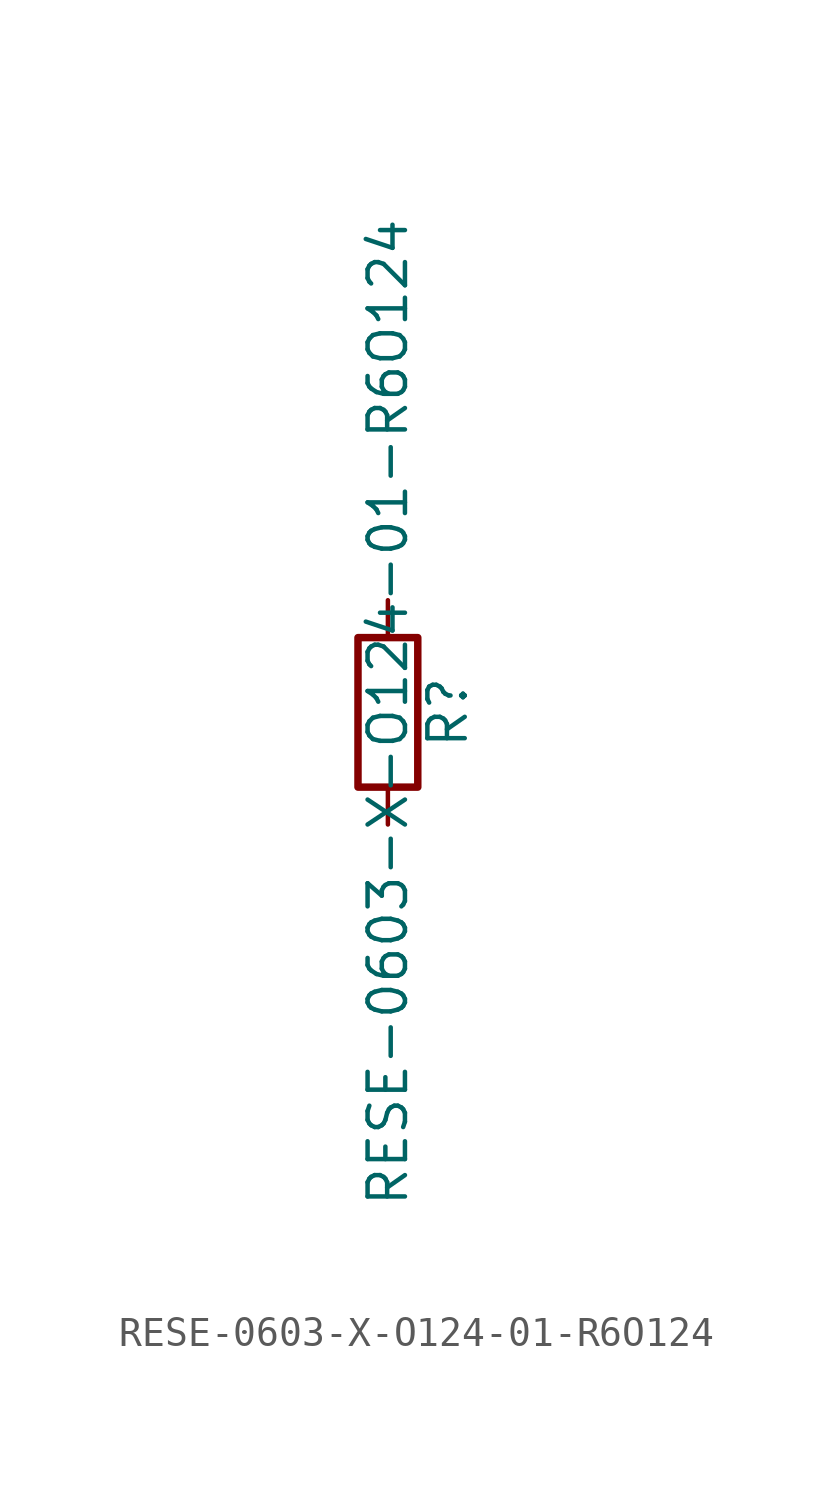
<source format=kicad_sym>
(kicad_symbol_lib
  (version 20211014)
  (generator kicad_symbol_editor)
  (symbol "RESE-0603-X-O124-01-R6O124"
    (pin_numbers hide)
    (pin_names
      (offset 0))
    (property "Reference" "R"
      (at 2.032 0 90)
      (effects (font (size 1.27 1.27))))
    (property "Value" "RESE-0603-X-O124-01-R6O124"
      (at 0 0 90)
      (effects (font (size 1.27 1.27))))
    (symbol "RESE-0603-X-O124-01-R6O124_0_1"
      (rectangle (start -1.016 -2.54) (end 1.016 2.54) (stroke (width 0.254) (type default) (color 0 0 0 0)) (fill (type none))))
    (symbol "RESE-0603-X-O124-01-R6O124_1_1"
      (pin passive line (at 0 3.81 270) (length 1.27) (name "~" (effects (font (size 1.27 1.27)))) (number "1" (effects (font (size 1.27 1.27)))))
      (pin passive line (at 0 -3.81 90) (length 1.27) (name "~" (effects (font (size 1.27 1.27)))) (number "2" (effects (font (size 1.27 1.27))))))))
</source>
